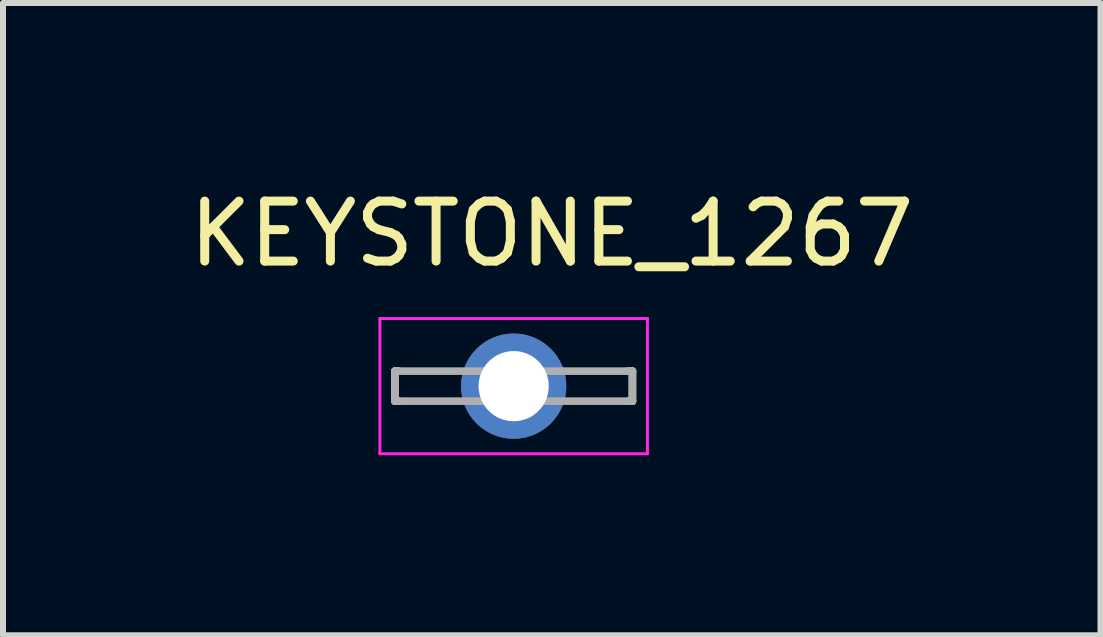
<source format=kicad_pcb>
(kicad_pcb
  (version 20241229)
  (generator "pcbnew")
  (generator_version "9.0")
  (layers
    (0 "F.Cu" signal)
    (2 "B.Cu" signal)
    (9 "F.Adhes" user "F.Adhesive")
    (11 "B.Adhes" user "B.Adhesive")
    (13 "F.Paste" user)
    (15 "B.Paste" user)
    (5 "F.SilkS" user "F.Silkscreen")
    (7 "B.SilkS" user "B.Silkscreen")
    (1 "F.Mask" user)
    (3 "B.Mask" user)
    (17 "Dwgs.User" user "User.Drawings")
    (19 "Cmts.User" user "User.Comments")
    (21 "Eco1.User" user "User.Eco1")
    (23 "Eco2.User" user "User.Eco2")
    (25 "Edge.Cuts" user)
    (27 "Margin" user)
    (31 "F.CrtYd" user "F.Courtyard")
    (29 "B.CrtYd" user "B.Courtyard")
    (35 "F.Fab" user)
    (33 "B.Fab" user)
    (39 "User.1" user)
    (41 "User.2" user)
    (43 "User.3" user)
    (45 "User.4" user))
  (footprint "KEYSTONE_1267"
    (layer "F.Cu")
    (at 5.514 3.388)
    (property "Reference" "KEYSTONE_1267" (at 0.635 -2.54 0) (layer "F.SilkS") (effects (font (size 1 1) (thickness 0.15))))
    (attr through_hole)
    (fp_line (start -1.98 -0.25) (end -1.91 -0.25) (stroke (width 0.127) (type solid)) (layer "F.SilkS"))
    (fp_line (start -1.98 0.25) (end -1.98 -0.25) (stroke (width 0.127) (type solid)) (layer "F.SilkS"))
    (fp_line (start -1.91 0.25) (end -1.98 0.25) (stroke (width 0.127) (type solid)) (layer "F.SilkS"))
    (fp_line (start 1.91 -0.25) (end 1.98 -0.25) (stroke (width 0.127) (type solid)) (layer "F.SilkS"))
    (fp_line (start 1.98 -0.25) (end 1.98 0.25) (stroke (width 0.127) (type solid)) (layer "F.SilkS"))
    (fp_line (start 1.98 0.25) (end 1.91 0.25) (stroke (width 0.127) (type solid)) (layer "F.SilkS"))
    (fp_line (start -2.23 -1.127) (end 2.23 -1.127) (stroke (width 0.05) (type solid)) (layer "F.CrtYd"))
    (fp_line (start -2.23 1.127) (end -2.23 -1.127) (stroke (width 0.05) (type solid)) (layer "F.CrtYd"))
    (fp_line (start 2.23 -1.127) (end 2.23 1.127) (stroke (width 0.05) (type solid)) (layer "F.CrtYd"))
    (fp_line (start 2.23 1.127) (end -2.23 1.127) (stroke (width 0.05) (type solid)) (layer "F.CrtYd"))
    (fp_line (start -1.98 -0.25) (end 1.98 -0.25) (stroke (width 0.127) (type solid)) (layer "F.Fab"))
    (fp_line (start -1.98 0.25) (end -1.98 -0.25) (stroke (width 0.127) (type solid)) (layer "F.Fab"))
    (fp_line (start 1.98 -0.25) (end 1.98 0.25) (stroke (width 0.127) (type solid)) (layer "F.Fab"))
    (fp_line (start 1.98 0.25) (end -1.98 0.25) (stroke (width 0.127) (type solid)) (layer "F.Fab"))
    (pad "1" thru_hole circle (at 0 0) (size 1.755 1.755) (drill 1.17) (layers "*.Cu" "*.Mask")))
  (gr_rect
    (start -3 -3)
    (end 15.298 7.541)
    (stroke (width 0.1) (type default))
    (fill no)
    (layer "Edge.Cuts")))
</source>
